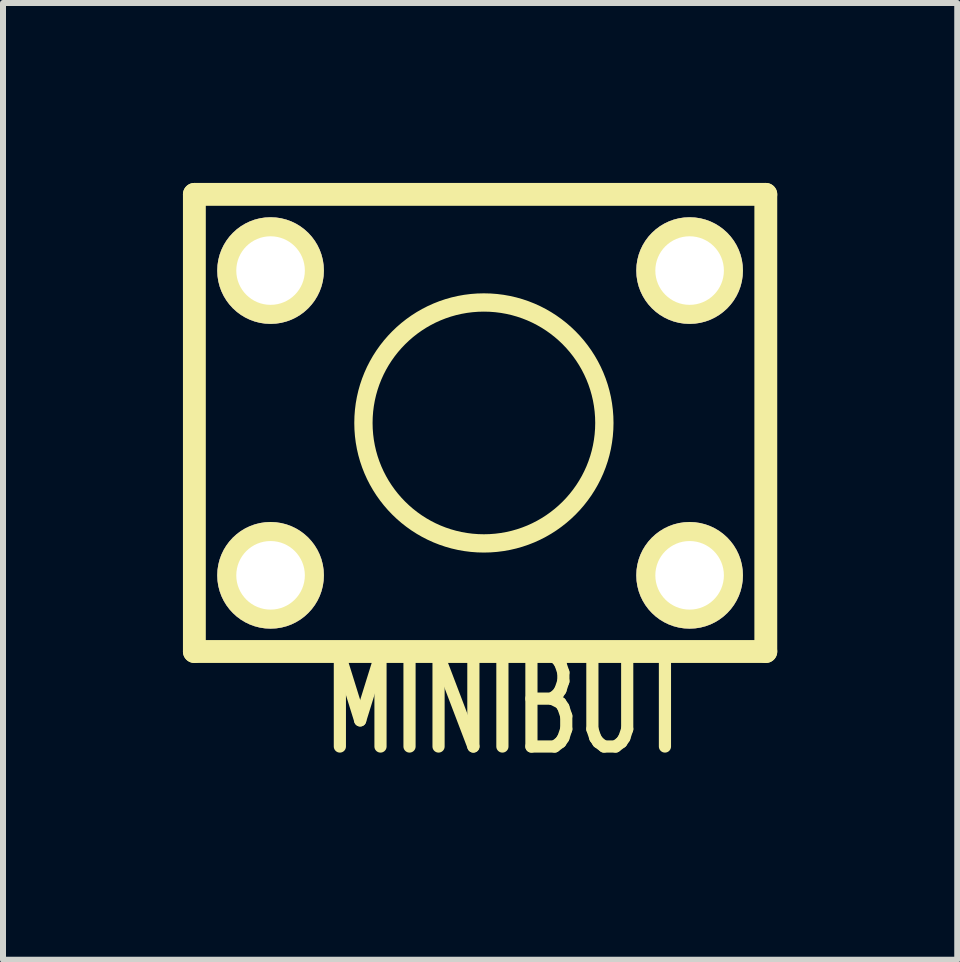
<source format=kicad_pcb>
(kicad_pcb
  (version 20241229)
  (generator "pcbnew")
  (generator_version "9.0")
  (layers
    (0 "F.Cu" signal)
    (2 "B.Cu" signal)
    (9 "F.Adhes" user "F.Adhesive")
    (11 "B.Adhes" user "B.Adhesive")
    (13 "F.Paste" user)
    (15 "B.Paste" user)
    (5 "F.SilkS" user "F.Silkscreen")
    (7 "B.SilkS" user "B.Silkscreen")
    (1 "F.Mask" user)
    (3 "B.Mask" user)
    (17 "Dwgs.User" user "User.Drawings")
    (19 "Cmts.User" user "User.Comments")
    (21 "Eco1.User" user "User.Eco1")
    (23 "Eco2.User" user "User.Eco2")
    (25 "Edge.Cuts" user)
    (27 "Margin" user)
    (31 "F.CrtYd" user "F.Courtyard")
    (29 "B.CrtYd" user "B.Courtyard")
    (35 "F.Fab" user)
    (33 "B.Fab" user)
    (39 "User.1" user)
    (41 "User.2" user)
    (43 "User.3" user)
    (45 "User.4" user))
  (footprint "MINIBUT"
    (layer "F.Cu")
    (at 5.016 4)
    (property "Reference" "MINIBUT" (at 0.381 4.699 0) (layer "F.SilkS") (effects (font (size 1.524 1.016) (thickness 0.203))))
    (attr through_hole)
    (fp_line (start -4.826 -3.81) (end -4.826 3.81) (stroke (width 0.381) (type solid)) (layer "F.SilkS"))
    (fp_line (start -4.826 3.81) (end 4.699 3.81) (stroke (width 0.381) (type solid)) (layer "F.SilkS"))
    (fp_line (start 4.699 -3.81) (end -4.826 -3.81) (stroke (width 0.381) (type solid)) (layer "F.SilkS"))
    (fp_line (start 4.699 3.81) (end 4.699 -3.81) (stroke (width 0.381) (type solid)) (layer "F.SilkS"))
    (fp_circle (center 0 0) (end 1.905 0.635) (stroke (width 0.305) (type solid)) (fill no) (layer "F.SilkS"))
    (pad "1" thru_hole circle (at 3.429 -2.54) (size 1.778 1.778) (drill 1.143) (layers "*.Cu" "*.Mask" "F.SilkS"))
    (pad "2" thru_hole circle (at 3.429 2.54) (size 1.778 1.778) (drill 1.143) (layers "*.Cu" "*.Mask" "F.SilkS"))
    (pad "3" thru_hole circle (at -3.556 2.54) (size 1.778 1.778) (drill 1.143) (layers "*.Cu" "*.Mask" "F.SilkS"))
    (pad "4" thru_hole circle (at -3.556 -2.54) (size 1.778 1.778) (drill 1.143) (layers "*.Cu" "*.Mask" "F.SilkS")))
  (gr_rect
    (start -3 -3)
    (end 12.906 12.948)
    (stroke (width 0.1) (type default))
    (fill no)
    (layer "Edge.Cuts")))
</source>
